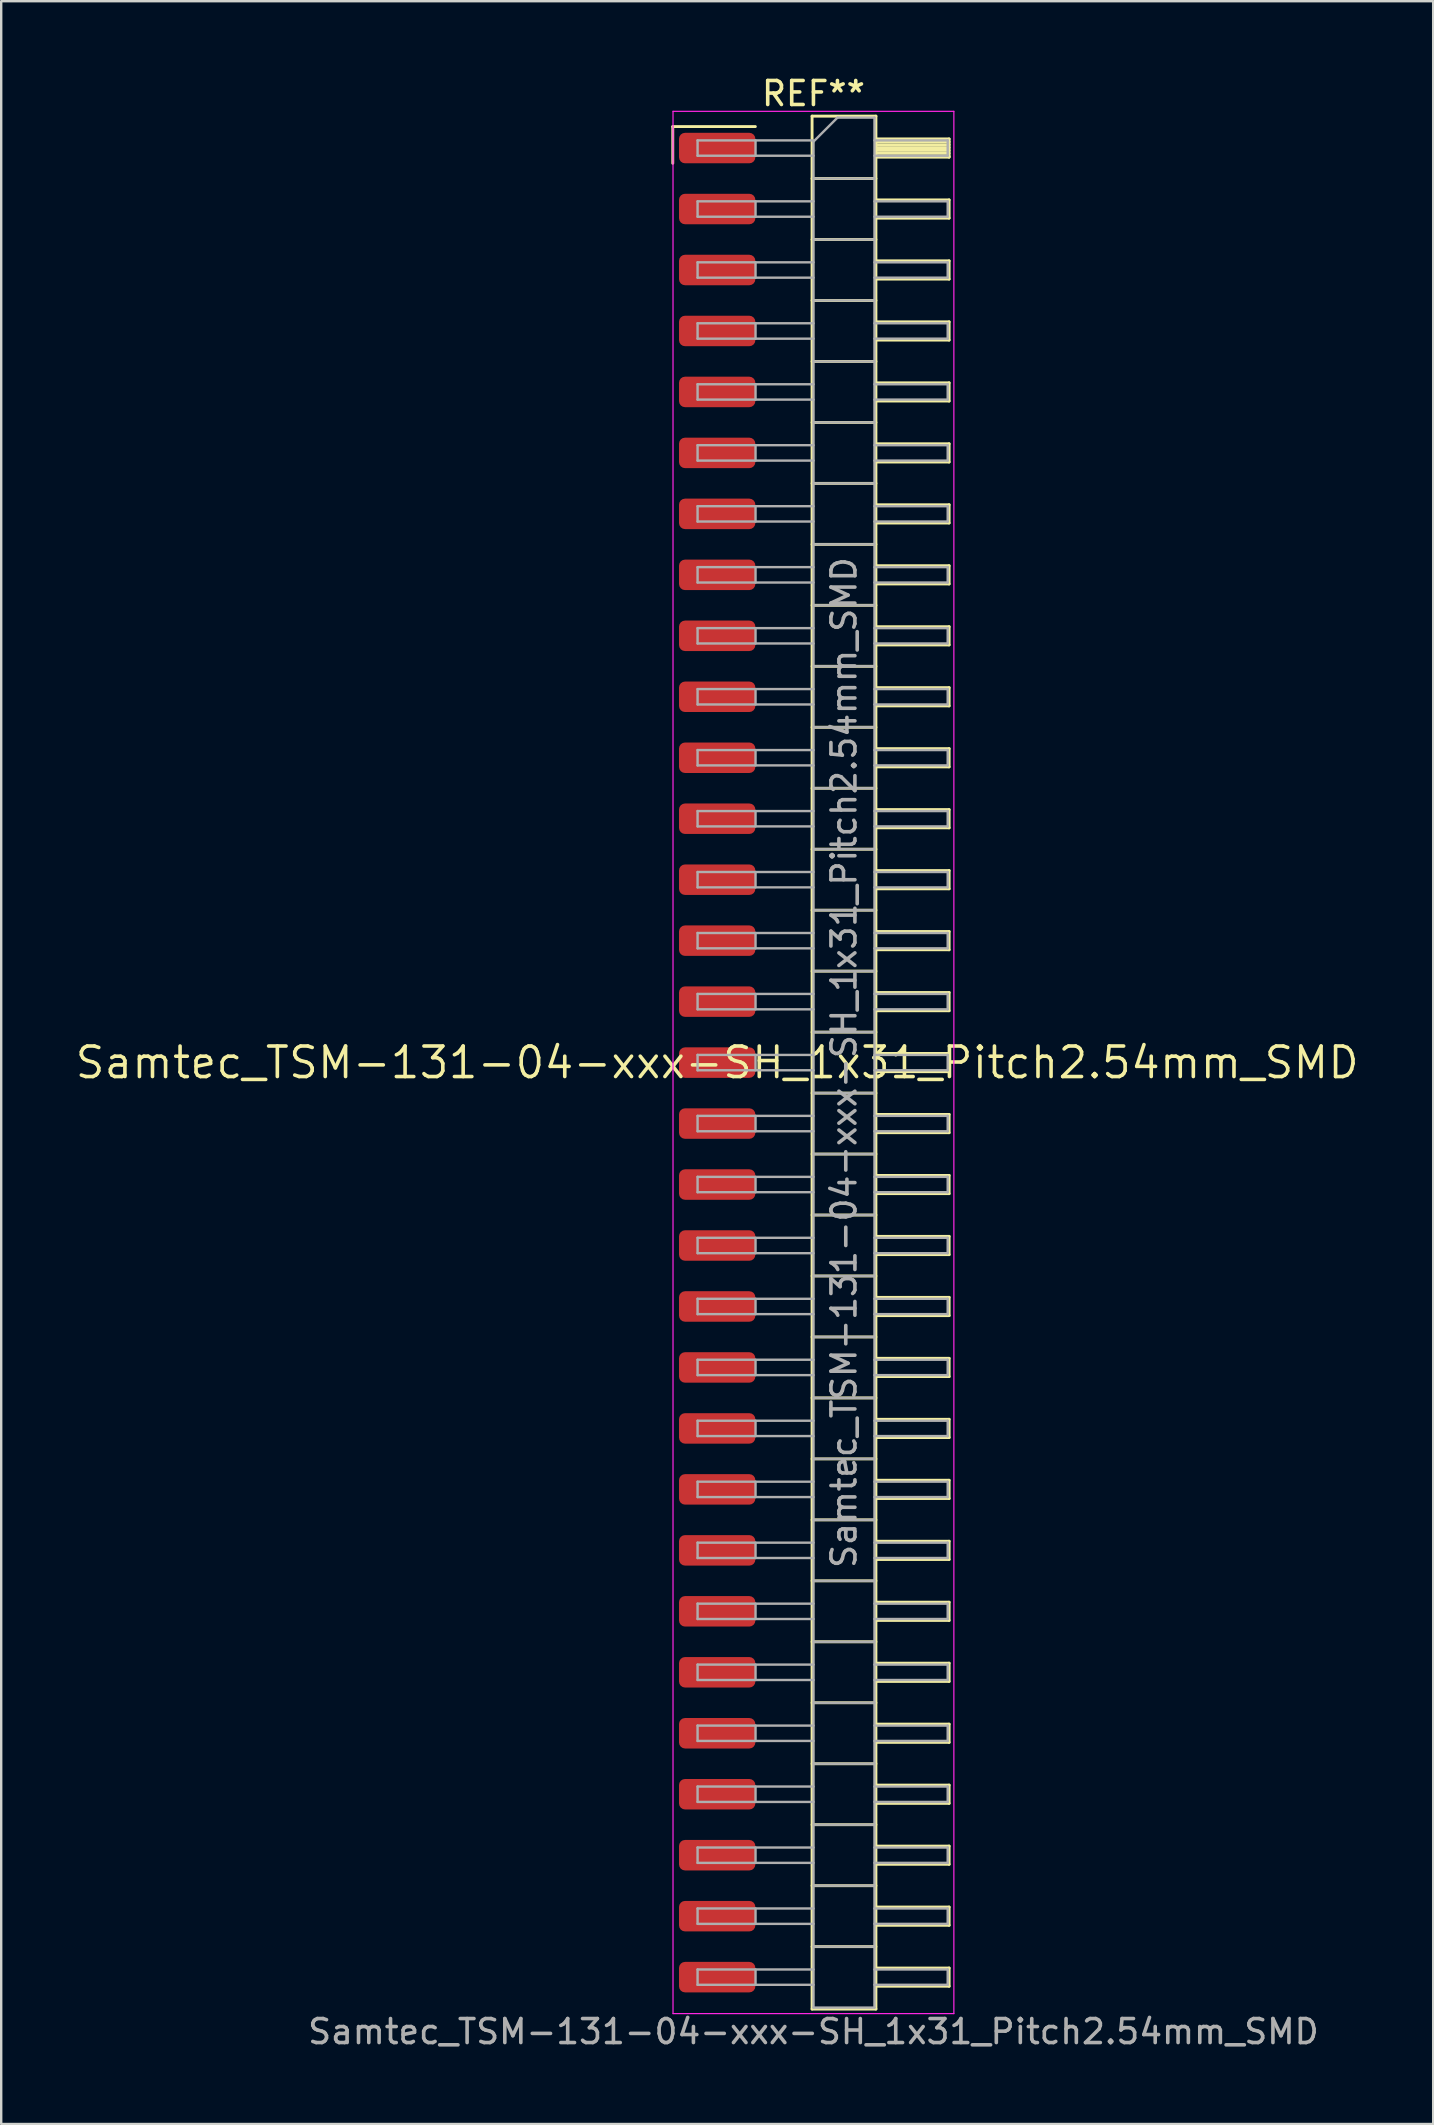
<source format=kicad_pcb>
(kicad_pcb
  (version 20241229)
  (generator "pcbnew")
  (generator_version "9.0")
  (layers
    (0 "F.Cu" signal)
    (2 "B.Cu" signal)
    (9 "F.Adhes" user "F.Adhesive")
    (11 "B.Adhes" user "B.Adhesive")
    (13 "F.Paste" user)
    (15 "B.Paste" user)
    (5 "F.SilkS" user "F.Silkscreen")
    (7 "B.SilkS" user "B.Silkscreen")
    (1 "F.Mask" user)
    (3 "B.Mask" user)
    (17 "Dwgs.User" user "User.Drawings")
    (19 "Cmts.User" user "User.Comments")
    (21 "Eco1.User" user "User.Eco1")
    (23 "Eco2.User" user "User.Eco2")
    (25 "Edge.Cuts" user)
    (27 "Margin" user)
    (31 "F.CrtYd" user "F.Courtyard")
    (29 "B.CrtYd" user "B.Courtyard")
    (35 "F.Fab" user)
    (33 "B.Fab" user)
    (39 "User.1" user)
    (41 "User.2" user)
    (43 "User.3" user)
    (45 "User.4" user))
  (footprint "Samtec_TSM-131-04-xxx-SH_1x31_Pitch2.54mm_SMD"
    (layer "F.Cu")
    (at 26.828 41.218)
    (property "Reference" "Samtec_TSM-131-04-xxx-SH_1x31_Pitch2.54mm_SMD" (at 0 0 0) (layer "F.SilkS") (effects (font (size 1.27 1.27) (thickness 0.15))))
    (attr smd)
    (fp_line (start -1.85 -38.995) (end 1.59 -38.995) (stroke (width 0.12) (type solid)) (layer "F.SilkS"))
    (fp_line (start -1.85 -37.465) (end -1.85 -38.995) (stroke (width 0.12) (type solid)) (layer "F.SilkS"))
    (fp_line (start 3.953 -39.43) (end 6.613 -39.43) (stroke (width 0.12) (type solid)) (layer "F.SilkS"))
    (fp_line (start 3.953 -36.83) (end 6.613 -36.83) (stroke (width 0.12) (type solid)) (layer "F.SilkS"))
    (fp_line (start 3.953 -34.29) (end 6.613 -34.29) (stroke (width 0.12) (type solid)) (layer "F.SilkS"))
    (fp_line (start 3.953 -31.75) (end 6.613 -31.75) (stroke (width 0.12) (type solid)) (layer "F.SilkS"))
    (fp_line (start 3.953 -29.21) (end 6.613 -29.21) (stroke (width 0.12) (type solid)) (layer "F.SilkS"))
    (fp_line (start 3.953 -26.67) (end 6.613 -26.67) (stroke (width 0.12) (type solid)) (layer "F.SilkS"))
    (fp_line (start 3.953 -24.13) (end 6.613 -24.13) (stroke (width 0.12) (type solid)) (layer "F.SilkS"))
    (fp_line (start 3.953 -21.59) (end 6.613 -21.59) (stroke (width 0.12) (type solid)) (layer "F.SilkS"))
    (fp_line (start 3.953 -19.05) (end 6.613 -19.05) (stroke (width 0.12) (type solid)) (layer "F.SilkS"))
    (fp_line (start 3.953 -16.51) (end 6.613 -16.51) (stroke (width 0.12) (type solid)) (layer "F.SilkS"))
    (fp_line (start 3.953 -13.97) (end 6.613 -13.97) (stroke (width 0.12) (type solid)) (layer "F.SilkS"))
    (fp_line (start 3.953 -11.43) (end 6.613 -11.43) (stroke (width 0.12) (type solid)) (layer "F.SilkS"))
    (fp_line (start 3.953 -8.89) (end 6.613 -8.89) (stroke (width 0.12) (type solid)) (layer "F.SilkS"))
    (fp_line (start 3.953 -6.35) (end 6.613 -6.35) (stroke (width 0.12) (type solid)) (layer "F.SilkS"))
    (fp_line (start 3.953 -3.81) (end 6.613 -3.81) (stroke (width 0.12) (type solid)) (layer "F.SilkS"))
    (fp_line (start 3.953 -1.27) (end 6.613 -1.27) (stroke (width 0.12) (type solid)) (layer "F.SilkS"))
    (fp_line (start 3.953 1.27) (end 6.613 1.27) (stroke (width 0.12) (type solid)) (layer "F.SilkS"))
    (fp_line (start 3.953 3.81) (end 6.613 3.81) (stroke (width 0.12) (type solid)) (layer "F.SilkS"))
    (fp_line (start 3.953 6.35) (end 6.613 6.35) (stroke (width 0.12) (type solid)) (layer "F.SilkS"))
    (fp_line (start 3.953 8.89) (end 6.613 8.89) (stroke (width 0.12) (type solid)) (layer "F.SilkS"))
    (fp_line (start 3.953 11.43) (end 6.613 11.43) (stroke (width 0.12) (type solid)) (layer "F.SilkS"))
    (fp_line (start 3.953 13.97) (end 6.613 13.97) (stroke (width 0.12) (type solid)) (layer "F.SilkS"))
    (fp_line (start 3.953 16.51) (end 6.613 16.51) (stroke (width 0.12) (type solid)) (layer "F.SilkS"))
    (fp_line (start 3.953 19.05) (end 6.613 19.05) (stroke (width 0.12) (type solid)) (layer "F.SilkS"))
    (fp_line (start 3.953 21.59) (end 6.613 21.59) (stroke (width 0.12) (type solid)) (layer "F.SilkS"))
    (fp_line (start 3.953 24.13) (end 6.613 24.13) (stroke (width 0.12) (type solid)) (layer "F.SilkS"))
    (fp_line (start 3.953 26.67) (end 6.613 26.67) (stroke (width 0.12) (type solid)) (layer "F.SilkS"))
    (fp_line (start 3.953 29.21) (end 6.613 29.21) (stroke (width 0.12) (type solid)) (layer "F.SilkS"))
    (fp_line (start 3.953 31.75) (end 6.613 31.75) (stroke (width 0.12) (type solid)) (layer "F.SilkS"))
    (fp_line (start 3.953 34.29) (end 6.613 34.29) (stroke (width 0.12) (type solid)) (layer "F.SilkS"))
    (fp_line (start 3.953 36.83) (end 6.613 36.83) (stroke (width 0.12) (type solid)) (layer "F.SilkS"))
    (fp_line (start 3.953 39.43) (end 3.953 -39.43) (stroke (width 0.12) (type solid)) (layer "F.SilkS"))
    (fp_line (start 6.613 -39.43) (end 6.613 39.43) (stroke (width 0.12) (type solid)) (layer "F.SilkS"))
    (fp_line (start 6.613 -38.48) (end 9.663 -38.48) (stroke (width 0.12) (type solid)) (layer "F.SilkS"))
    (fp_line (start 6.613 -38.36) (end 9.663 -38.36) (stroke (width 0.12) (type solid)) (layer "F.SilkS"))
    (fp_line (start 6.613 -38.24) (end 9.663 -38.24) (stroke (width 0.12) (type solid)) (layer "F.SilkS"))
    (fp_line (start 6.613 -38.12) (end 9.663 -38.12) (stroke (width 0.12) (type solid)) (layer "F.SilkS"))
    (fp_line (start 6.613 -38) (end 9.663 -38) (stroke (width 0.12) (type solid)) (layer "F.SilkS"))
    (fp_line (start 6.613 -37.88) (end 9.663 -37.88) (stroke (width 0.12) (type solid)) (layer "F.SilkS"))
    (fp_line (start 6.613 -37.76) (end 9.663 -37.76) (stroke (width 0.12) (type solid)) (layer "F.SilkS"))
    (fp_line (start 6.613 -37.72) (end 9.663 -37.72) (stroke (width 0.12) (type solid)) (layer "F.SilkS"))
    (fp_line (start 6.613 -35.94) (end 9.663 -35.94) (stroke (width 0.12) (type solid)) (layer "F.SilkS"))
    (fp_line (start 6.613 -35.18) (end 9.663 -35.18) (stroke (width 0.12) (type solid)) (layer "F.SilkS"))
    (fp_line (start 6.613 -33.4) (end 9.663 -33.4) (stroke (width 0.12) (type solid)) (layer "F.SilkS"))
    (fp_line (start 6.613 -32.64) (end 9.663 -32.64) (stroke (width 0.12) (type solid)) (layer "F.SilkS"))
    (fp_line (start 6.613 -30.86) (end 9.663 -30.86) (stroke (width 0.12) (type solid)) (layer "F.SilkS"))
    (fp_line (start 6.613 -30.1) (end 9.663 -30.1) (stroke (width 0.12) (type solid)) (layer "F.SilkS"))
    (fp_line (start 6.613 -28.32) (end 9.663 -28.32) (stroke (width 0.12) (type solid)) (layer "F.SilkS"))
    (fp_line (start 6.613 -27.56) (end 9.663 -27.56) (stroke (width 0.12) (type solid)) (layer "F.SilkS"))
    (fp_line (start 6.613 -25.78) (end 9.663 -25.78) (stroke (width 0.12) (type solid)) (layer "F.SilkS"))
    (fp_line (start 6.613 -25.02) (end 9.663 -25.02) (stroke (width 0.12) (type solid)) (layer "F.SilkS"))
    (fp_line (start 6.613 -23.24) (end 9.663 -23.24) (stroke (width 0.12) (type solid)) (layer "F.SilkS"))
    (fp_line (start 6.613 -22.48) (end 9.663 -22.48) (stroke (width 0.12) (type solid)) (layer "F.SilkS"))
    (fp_line (start 6.613 -20.7) (end 9.663 -20.7) (stroke (width 0.12) (type solid)) (layer "F.SilkS"))
    (fp_line (start 6.613 -19.94) (end 9.663 -19.94) (stroke (width 0.12) (type solid)) (layer "F.SilkS"))
    (fp_line (start 6.613 -18.16) (end 9.663 -18.16) (stroke (width 0.12) (type solid)) (layer "F.SilkS"))
    (fp_line (start 6.613 -17.4) (end 9.663 -17.4) (stroke (width 0.12) (type solid)) (layer "F.SilkS"))
    (fp_line (start 6.613 -15.62) (end 9.663 -15.62) (stroke (width 0.12) (type solid)) (layer "F.SilkS"))
    (fp_line (start 6.613 -14.86) (end 9.663 -14.86) (stroke (width 0.12) (type solid)) (layer "F.SilkS"))
    (fp_line (start 6.613 -13.08) (end 9.663 -13.08) (stroke (width 0.12) (type solid)) (layer "F.SilkS"))
    (fp_line (start 6.613 -12.32) (end 9.663 -12.32) (stroke (width 0.12) (type solid)) (layer "F.SilkS"))
    (fp_line (start 6.613 -10.54) (end 9.663 -10.54) (stroke (width 0.12) (type solid)) (layer "F.SilkS"))
    (fp_line (start 6.613 -9.78) (end 9.663 -9.78) (stroke (width 0.12) (type solid)) (layer "F.SilkS"))
    (fp_line (start 6.613 -8) (end 9.663 -8) (stroke (width 0.12) (type solid)) (layer "F.SilkS"))
    (fp_line (start 6.613 -7.24) (end 9.663 -7.24) (stroke (width 0.12) (type solid)) (layer "F.SilkS"))
    (fp_line (start 6.613 -5.46) (end 9.663 -5.46) (stroke (width 0.12) (type solid)) (layer "F.SilkS"))
    (fp_line (start 6.613 -4.7) (end 9.663 -4.7) (stroke (width 0.12) (type solid)) (layer "F.SilkS"))
    (fp_line (start 6.613 -2.92) (end 9.663 -2.92) (stroke (width 0.12) (type solid)) (layer "F.SilkS"))
    (fp_line (start 6.613 -2.16) (end 9.663 -2.16) (stroke (width 0.12) (type solid)) (layer "F.SilkS"))
    (fp_line (start 6.613 -0.38) (end 9.663 -0.38) (stroke (width 0.12) (type solid)) (layer "F.SilkS"))
    (fp_line (start 6.613 0.38) (end 9.663 0.38) (stroke (width 0.12) (type solid)) (layer "F.SilkS"))
    (fp_line (start 6.613 2.16) (end 9.663 2.16) (stroke (width 0.12) (type solid)) (layer "F.SilkS"))
    (fp_line (start 6.613 2.92) (end 9.663 2.92) (stroke (width 0.12) (type solid)) (layer "F.SilkS"))
    (fp_line (start 6.613 4.7) (end 9.663 4.7) (stroke (width 0.12) (type solid)) (layer "F.SilkS"))
    (fp_line (start 6.613 5.46) (end 9.663 5.46) (stroke (width 0.12) (type solid)) (layer "F.SilkS"))
    (fp_line (start 6.613 7.24) (end 9.663 7.24) (stroke (width 0.12) (type solid)) (layer "F.SilkS"))
    (fp_line (start 6.613 8) (end 9.663 8) (stroke (width 0.12) (type solid)) (layer "F.SilkS"))
    (fp_line (start 6.613 9.78) (end 9.663 9.78) (stroke (width 0.12) (type solid)) (layer "F.SilkS"))
    (fp_line (start 6.613 10.54) (end 9.663 10.54) (stroke (width 0.12) (type solid)) (layer "F.SilkS"))
    (fp_line (start 6.613 12.32) (end 9.663 12.32) (stroke (width 0.12) (type solid)) (layer "F.SilkS"))
    (fp_line (start 6.613 13.08) (end 9.663 13.08) (stroke (width 0.12) (type solid)) (layer "F.SilkS"))
    (fp_line (start 6.613 14.86) (end 9.663 14.86) (stroke (width 0.12) (type solid)) (layer "F.SilkS"))
    (fp_line (start 6.613 15.62) (end 9.663 15.62) (stroke (width 0.12) (type solid)) (layer "F.SilkS"))
    (fp_line (start 6.613 17.4) (end 9.663 17.4) (stroke (width 0.12) (type solid)) (layer "F.SilkS"))
    (fp_line (start 6.613 18.16) (end 9.663 18.16) (stroke (width 0.12) (type solid)) (layer "F.SilkS"))
    (fp_line (start 6.613 19.94) (end 9.663 19.94) (stroke (width 0.12) (type solid)) (layer "F.SilkS"))
    (fp_line (start 6.613 20.7) (end 9.663 20.7) (stroke (width 0.12) (type solid)) (layer "F.SilkS"))
    (fp_line (start 6.613 22.48) (end 9.663 22.48) (stroke (width 0.12) (type solid)) (layer "F.SilkS"))
    (fp_line (start 6.613 23.24) (end 9.663 23.24) (stroke (width 0.12) (type solid)) (layer "F.SilkS"))
    (fp_line (start 6.613 25.02) (end 9.663 25.02) (stroke (width 0.12) (type solid)) (layer "F.SilkS"))
    (fp_line (start 6.613 25.78) (end 9.663 25.78) (stroke (width 0.12) (type solid)) (layer "F.SilkS"))
    (fp_line (start 6.613 27.56) (end 9.663 27.56) (stroke (width 0.12) (type solid)) (layer "F.SilkS"))
    (fp_line (start 6.613 28.32) (end 9.663 28.32) (stroke (width 0.12) (type solid)) (layer "F.SilkS"))
    (fp_line (start 6.613 30.1) (end 9.663 30.1) (stroke (width 0.12) (type solid)) (layer "F.SilkS"))
    (fp_line (start 6.613 30.86) (end 9.663 30.86) (stroke (width 0.12) (type solid)) (layer "F.SilkS"))
    (fp_line (start 6.613 32.64) (end 9.663 32.64) (stroke (width 0.12) (type solid)) (layer "F.SilkS"))
    (fp_line (start 6.613 33.4) (end 9.663 33.4) (stroke (width 0.12) (type solid)) (layer "F.SilkS"))
    (fp_line (start 6.613 35.18) (end 9.663 35.18) (stroke (width 0.12) (type solid)) (layer "F.SilkS"))
    (fp_line (start 6.613 35.94) (end 9.663 35.94) (stroke (width 0.12) (type solid)) (layer "F.SilkS"))
    (fp_line (start 6.613 37.72) (end 9.663 37.72) (stroke (width 0.12) (type solid)) (layer "F.SilkS"))
    (fp_line (start 6.613 38.48) (end 9.663 38.48) (stroke (width 0.12) (type solid)) (layer "F.SilkS"))
    (fp_line (start 6.613 39.43) (end 3.953 39.43) (stroke (width 0.12) (type solid)) (layer "F.SilkS"))
    (fp_line (start 9.663 -38.48) (end 9.663 -37.72) (stroke (width 0.12) (type solid)) (layer "F.SilkS"))
    (fp_line (start 9.663 -35.94) (end 9.663 -35.18) (stroke (width 0.12) (type solid)) (layer "F.SilkS"))
    (fp_line (start 9.663 -33.4) (end 9.663 -32.64) (stroke (width 0.12) (type solid)) (layer "F.SilkS"))
    (fp_line (start 9.663 -30.86) (end 9.663 -30.1) (stroke (width 0.12) (type solid)) (layer "F.SilkS"))
    (fp_line (start 9.663 -28.32) (end 9.663 -27.56) (stroke (width 0.12) (type solid)) (layer "F.SilkS"))
    (fp_line (start 9.663 -25.78) (end 9.663 -25.02) (stroke (width 0.12) (type solid)) (layer "F.SilkS"))
    (fp_line (start 9.663 -23.24) (end 9.663 -22.48) (stroke (width 0.12) (type solid)) (layer "F.SilkS"))
    (fp_line (start 9.663 -20.7) (end 9.663 -19.94) (stroke (width 0.12) (type solid)) (layer "F.SilkS"))
    (fp_line (start 9.663 -18.16) (end 9.663 -17.4) (stroke (width 0.12) (type solid)) (layer "F.SilkS"))
    (fp_line (start 9.663 -15.62) (end 9.663 -14.86) (stroke (width 0.12) (type solid)) (layer "F.SilkS"))
    (fp_line (start 9.663 -13.08) (end 9.663 -12.32) (stroke (width 0.12) (type solid)) (layer "F.SilkS"))
    (fp_line (start 9.663 -10.54) (end 9.663 -9.78) (stroke (width 0.12) (type solid)) (layer "F.SilkS"))
    (fp_line (start 9.663 -8) (end 9.663 -7.24) (stroke (width 0.12) (type solid)) (layer "F.SilkS"))
    (fp_line (start 9.663 -5.46) (end 9.663 -4.7) (stroke (width 0.12) (type solid)) (layer "F.SilkS"))
    (fp_line (start 9.663 -2.92) (end 9.663 -2.16) (stroke (width 0.12) (type solid)) (layer "F.SilkS"))
    (fp_line (start 9.663 -0.38) (end 9.663 0.38) (stroke (width 0.12) (type solid)) (layer "F.SilkS"))
    (fp_line (start 9.663 2.16) (end 9.663 2.92) (stroke (width 0.12) (type solid)) (layer "F.SilkS"))
    (fp_line (start 9.663 4.7) (end 9.663 5.46) (stroke (width 0.12) (type solid)) (layer "F.SilkS"))
    (fp_line (start 9.663 7.24) (end 9.663 8) (stroke (width 0.12) (type solid)) (layer "F.SilkS"))
    (fp_line (start 9.663 9.78) (end 9.663 10.54) (stroke (width 0.12) (type solid)) (layer "F.SilkS"))
    (fp_line (start 9.663 12.32) (end 9.663 13.08) (stroke (width 0.12) (type solid)) (layer "F.SilkS"))
    (fp_line (start 9.663 14.86) (end 9.663 15.62) (stroke (width 0.12) (type solid)) (layer "F.SilkS"))
    (fp_line (start 9.663 17.4) (end 9.663 18.16) (stroke (width 0.12) (type solid)) (layer "F.SilkS"))
    (fp_line (start 9.663 19.94) (end 9.663 20.7) (stroke (width 0.12) (type solid)) (layer "F.SilkS"))
    (fp_line (start 9.663 22.48) (end 9.663 23.24) (stroke (width 0.12) (type solid)) (layer "F.SilkS"))
    (fp_line (start 9.663 25.02) (end 9.663 25.78) (stroke (width 0.12) (type solid)) (layer "F.SilkS"))
    (fp_line (start 9.663 27.56) (end 9.663 28.32) (stroke (width 0.12) (type solid)) (layer "F.SilkS"))
    (fp_line (start 9.663 30.1) (end 9.663 30.86) (stroke (width 0.12) (type solid)) (layer "F.SilkS"))
    (fp_line (start 9.663 32.64) (end 9.663 33.4) (stroke (width 0.12) (type solid)) (layer "F.SilkS"))
    (fp_line (start 9.663 35.18) (end 9.663 35.94) (stroke (width 0.12) (type solid)) (layer "F.SilkS"))
    (fp_line (start 9.663 37.72) (end 9.663 38.48) (stroke (width 0.12) (type solid)) (layer "F.SilkS"))
    (fp_line (start -1.84 -39.63) (end 9.86 -39.63) (stroke (width 0.05) (type solid)) (layer "F.CrtYd"))
    (fp_line (start -1.84 39.62) (end -1.84 -39.63) (stroke (width 0.05) (type solid)) (layer "F.CrtYd"))
    (fp_line (start 9.86 -39.63) (end 9.86 39.62) (stroke (width 0.05) (type solid)) (layer "F.CrtYd"))
    (fp_line (start 9.86 39.62) (end -1.84 39.62) (stroke (width 0.05) (type solid)) (layer "F.CrtYd"))
    (fp_line (start -0.817 -38.42) (end -0.817 -37.78) (stroke (width 0.1) (type solid)) (layer "F.Fab"))
    (fp_line (start -0.817 -38.42) (end 4.013 -38.42) (stroke (width 0.1) (type solid)) (layer "F.Fab"))
    (fp_line (start -0.817 -37.78) (end 4.013 -37.78) (stroke (width 0.1) (type solid)) (layer "F.Fab"))
    (fp_line (start -0.817 -35.88) (end -0.817 -35.24) (stroke (width 0.1) (type solid)) (layer "F.Fab"))
    (fp_line (start -0.817 -35.88) (end 4.013 -35.88) (stroke (width 0.1) (type solid)) (layer "F.Fab"))
    (fp_line (start -0.817 -35.24) (end 4.013 -35.24) (stroke (width 0.1) (type solid)) (layer "F.Fab"))
    (fp_line (start -0.817 -33.34) (end -0.817 -32.7) (stroke (width 0.1) (type solid)) (layer "F.Fab"))
    (fp_line (start -0.817 -33.34) (end 4.013 -33.34) (stroke (width 0.1) (type solid)) (layer "F.Fab"))
    (fp_line (start -0.817 -32.7) (end 4.013 -32.7) (stroke (width 0.1) (type solid)) (layer "F.Fab"))
    (fp_line (start -0.817 -30.8) (end -0.817 -30.16) (stroke (width 0.1) (type solid)) (layer "F.Fab"))
    (fp_line (start -0.817 -30.8) (end 4.013 -30.8) (stroke (width 0.1) (type solid)) (layer "F.Fab"))
    (fp_line (start -0.817 -30.16) (end 4.013 -30.16) (stroke (width 0.1) (type solid)) (layer "F.Fab"))
    (fp_line (start -0.817 -28.26) (end -0.817 -27.62) (stroke (width 0.1) (type solid)) (layer "F.Fab"))
    (fp_line (start -0.817 -28.26) (end 4.013 -28.26) (stroke (width 0.1) (type solid)) (layer "F.Fab"))
    (fp_line (start -0.817 -27.62) (end 4.013 -27.62) (stroke (width 0.1) (type solid)) (layer "F.Fab"))
    (fp_line (start -0.817 -25.72) (end -0.817 -25.08) (stroke (width 0.1) (type solid)) (layer "F.Fab"))
    (fp_line (start -0.817 -25.72) (end 4.013 -25.72) (stroke (width 0.1) (type solid)) (layer "F.Fab"))
    (fp_line (start -0.817 -25.08) (end 4.013 -25.08) (stroke (width 0.1) (type solid)) (layer "F.Fab"))
    (fp_line (start -0.817 -23.18) (end -0.817 -22.54) (stroke (width 0.1) (type solid)) (layer "F.Fab"))
    (fp_line (start -0.817 -23.18) (end 4.013 -23.18) (stroke (width 0.1) (type solid)) (layer "F.Fab"))
    (fp_line (start -0.817 -22.54) (end 4.013 -22.54) (stroke (width 0.1) (type solid)) (layer "F.Fab"))
    (fp_line (start -0.817 -20.64) (end -0.817 -20) (stroke (width 0.1) (type solid)) (layer "F.Fab"))
    (fp_line (start -0.817 -20.64) (end 4.013 -20.64) (stroke (width 0.1) (type solid)) (layer "F.Fab"))
    (fp_line (start -0.817 -20) (end 4.013 -20) (stroke (width 0.1) (type solid)) (layer "F.Fab"))
    (fp_line (start -0.817 -18.1) (end -0.817 -17.46) (stroke (width 0.1) (type solid)) (layer "F.Fab"))
    (fp_line (start -0.817 -18.1) (end 4.013 -18.1) (stroke (width 0.1) (type solid)) (layer "F.Fab"))
    (fp_line (start -0.817 -17.46) (end 4.013 -17.46) (stroke (width 0.1) (type solid)) (layer "F.Fab"))
    (fp_line (start -0.817 -15.56) (end -0.817 -14.92) (stroke (width 0.1) (type solid)) (layer "F.Fab"))
    (fp_line (start -0.817 -15.56) (end 4.013 -15.56) (stroke (width 0.1) (type solid)) (layer "F.Fab"))
    (fp_line (start -0.817 -14.92) (end 4.013 -14.92) (stroke (width 0.1) (type solid)) (layer "F.Fab"))
    (fp_line (start -0.817 -13.02) (end -0.817 -12.38) (stroke (width 0.1) (type solid)) (layer "F.Fab"))
    (fp_line (start -0.817 -13.02) (end 4.013 -13.02) (stroke (width 0.1) (type solid)) (layer "F.Fab"))
    (fp_line (start -0.817 -12.38) (end 4.013 -12.38) (stroke (width 0.1) (type solid)) (layer "F.Fab"))
    (fp_line (start -0.817 -10.48) (end -0.817 -9.84) (stroke (width 0.1) (type solid)) (layer "F.Fab"))
    (fp_line (start -0.817 -10.48) (end 4.013 -10.48) (stroke (width 0.1) (type solid)) (layer "F.Fab"))
    (fp_line (start -0.817 -9.84) (end 4.013 -9.84) (stroke (width 0.1) (type solid)) (layer "F.Fab"))
    (fp_line (start -0.817 -7.94) (end -0.817 -7.3) (stroke (width 0.1) (type solid)) (layer "F.Fab"))
    (fp_line (start -0.817 -7.94) (end 4.013 -7.94) (stroke (width 0.1) (type solid)) (layer "F.Fab"))
    (fp_line (start -0.817 -7.3) (end 4.013 -7.3) (stroke (width 0.1) (type solid)) (layer "F.Fab"))
    (fp_line (start -0.817 -5.4) (end -0.817 -4.76) (stroke (width 0.1) (type solid)) (layer "F.Fab"))
    (fp_line (start -0.817 -5.4) (end 4.013 -5.4) (stroke (width 0.1) (type solid)) (layer "F.Fab"))
    (fp_line (start -0.817 -4.76) (end 4.013 -4.76) (stroke (width 0.1) (type solid)) (layer "F.Fab"))
    (fp_line (start -0.817 -2.86) (end -0.817 -2.22) (stroke (width 0.1) (type solid)) (layer "F.Fab"))
    (fp_line (start -0.817 -2.86) (end 4.013 -2.86) (stroke (width 0.1) (type solid)) (layer "F.Fab"))
    (fp_line (start -0.817 -2.22) (end 4.013 -2.22) (stroke (width 0.1) (type solid)) (layer "F.Fab"))
    (fp_line (start -0.817 -0.32) (end -0.817 0.32) (stroke (width 0.1) (type solid)) (layer "F.Fab"))
    (fp_line (start -0.817 -0.32) (end 4.013 -0.32) (stroke (width 0.1) (type solid)) (layer "F.Fab"))
    (fp_line (start -0.817 0.32) (end 4.013 0.32) (stroke (width 0.1) (type solid)) (layer "F.Fab"))
    (fp_line (start -0.817 2.22) (end -0.817 2.86) (stroke (width 0.1) (type solid)) (layer "F.Fab"))
    (fp_line (start -0.817 2.22) (end 4.013 2.22) (stroke (width 0.1) (type solid)) (layer "F.Fab"))
    (fp_line (start -0.817 2.86) (end 4.013 2.86) (stroke (width 0.1) (type solid)) (layer "F.Fab"))
    (fp_line (start -0.817 4.76) (end -0.817 5.4) (stroke (width 0.1) (type solid)) (layer "F.Fab"))
    (fp_line (start -0.817 4.76) (end 4.013 4.76) (stroke (width 0.1) (type solid)) (layer "F.Fab"))
    (fp_line (start -0.817 5.4) (end 4.013 5.4) (stroke (width 0.1) (type solid)) (layer "F.Fab"))
    (fp_line (start -0.817 7.3) (end -0.817 7.94) (stroke (width 0.1) (type solid)) (layer "F.Fab"))
    (fp_line (start -0.817 7.3) (end 4.013 7.3) (stroke (width 0.1) (type solid)) (layer "F.Fab"))
    (fp_line (start -0.817 7.94) (end 4.013 7.94) (stroke (width 0.1) (type solid)) (layer "F.Fab"))
    (fp_line (start -0.817 9.84) (end -0.817 10.48) (stroke (width 0.1) (type solid)) (layer "F.Fab"))
    (fp_line (start -0.817 9.84) (end 4.013 9.84) (stroke (width 0.1) (type solid)) (layer "F.Fab"))
    (fp_line (start -0.817 10.48) (end 4.013 10.48) (stroke (width 0.1) (type solid)) (layer "F.Fab"))
    (fp_line (start -0.817 12.38) (end -0.817 13.02) (stroke (width 0.1) (type solid)) (layer "F.Fab"))
    (fp_line (start -0.817 12.38) (end 4.013 12.38) (stroke (width 0.1) (type solid)) (layer "F.Fab"))
    (fp_line (start -0.817 13.02) (end 4.013 13.02) (stroke (width 0.1) (type solid)) (layer "F.Fab"))
    (fp_line (start -0.817 14.92) (end -0.817 15.56) (stroke (width 0.1) (type solid)) (layer "F.Fab"))
    (fp_line (start -0.817 14.92) (end 4.013 14.92) (stroke (width 0.1) (type solid)) (layer "F.Fab"))
    (fp_line (start -0.817 15.56) (end 4.013 15.56) (stroke (width 0.1) (type solid)) (layer "F.Fab"))
    (fp_line (start -0.817 17.46) (end -0.817 18.1) (stroke (width 0.1) (type solid)) (layer "F.Fab"))
    (fp_line (start -0.817 17.46) (end 4.013 17.46) (stroke (width 0.1) (type solid)) (layer "F.Fab"))
    (fp_line (start -0.817 18.1) (end 4.013 18.1) (stroke (width 0.1) (type solid)) (layer "F.Fab"))
    (fp_line (start -0.817 20) (end -0.817 20.64) (stroke (width 0.1) (type solid)) (layer "F.Fab"))
    (fp_line (start -0.817 20) (end 4.013 20) (stroke (width 0.1) (type solid)) (layer "F.Fab"))
    (fp_line (start -0.817 20.64) (end 4.013 20.64) (stroke (width 0.1) (type solid)) (layer "F.Fab"))
    (fp_line (start -0.817 22.54) (end -0.817 23.18) (stroke (width 0.1) (type solid)) (layer "F.Fab"))
    (fp_line (start -0.817 22.54) (end 4.013 22.54) (stroke (width 0.1) (type solid)) (layer "F.Fab"))
    (fp_line (start -0.817 23.18) (end 4.013 23.18) (stroke (width 0.1) (type solid)) (layer "F.Fab"))
    (fp_line (start -0.817 25.08) (end -0.817 25.72) (stroke (width 0.1) (type solid)) (layer "F.Fab"))
    (fp_line (start -0.817 25.08) (end 4.013 25.08) (stroke (width 0.1) (type solid)) (layer "F.Fab"))
    (fp_line (start -0.817 25.72) (end 4.013 25.72) (stroke (width 0.1) (type solid)) (layer "F.Fab"))
    (fp_line (start -0.817 27.62) (end -0.817 28.26) (stroke (width 0.1) (type solid)) (layer "F.Fab"))
    (fp_line (start -0.817 27.62) (end 4.013 27.62) (stroke (width 0.1) (type solid)) (layer "F.Fab"))
    (fp_line (start -0.817 28.26) (end 4.013 28.26) (stroke (width 0.1) (type solid)) (layer "F.Fab"))
    (fp_line (start -0.817 30.16) (end -0.817 30.8) (stroke (width 0.1) (type solid)) (layer "F.Fab"))
    (fp_line (start -0.817 30.16) (end 4.013 30.16) (stroke (width 0.1) (type solid)) (layer "F.Fab"))
    (fp_line (start -0.817 30.8) (end 4.013 30.8) (stroke (width 0.1) (type solid)) (layer "F.Fab"))
    (fp_line (start -0.817 32.7) (end -0.817 33.34) (stroke (width 0.1) (type solid)) (layer "F.Fab"))
    (fp_line (start -0.817 32.7) (end 4.013 32.7) (stroke (width 0.1) (type solid)) (layer "F.Fab"))
    (fp_line (start -0.817 33.34) (end 4.013 33.34) (stroke (width 0.1) (type solid)) (layer "F.Fab"))
    (fp_line (start -0.817 35.24) (end -0.817 35.88) (stroke (width 0.1) (type solid)) (layer "F.Fab"))
    (fp_line (start -0.817 35.24) (end 4.013 35.24) (stroke (width 0.1) (type solid)) (layer "F.Fab"))
    (fp_line (start -0.817 35.88) (end 4.013 35.88) (stroke (width 0.1) (type solid)) (layer "F.Fab"))
    (fp_line (start -0.817 37.78) (end -0.817 38.42) (stroke (width 0.1) (type solid)) (layer "F.Fab"))
    (fp_line (start -0.817 37.78) (end 4.013 37.78) (stroke (width 0.1) (type solid)) (layer "F.Fab"))
    (fp_line (start -0.817 38.42) (end 4.013 38.42) (stroke (width 0.1) (type solid)) (layer "F.Fab"))
    (fp_line (start 1.598 -38.42) (end 1.598 -37.78) (stroke (width 0.1) (type solid)) (layer "F.Fab"))
    (fp_line (start 1.598 -35.88) (end 1.598 -35.24) (stroke (width 0.1) (type solid)) (layer "F.Fab"))
    (fp_line (start 1.598 -33.34) (end 1.598 -32.7) (stroke (width 0.1) (type solid)) (layer "F.Fab"))
    (fp_line (start 1.598 -30.8) (end 1.598 -30.16) (stroke (width 0.1) (type solid)) (layer "F.Fab"))
    (fp_line (start 1.598 -28.26) (end 1.598 -27.62) (stroke (width 0.1) (type solid)) (layer "F.Fab"))
    (fp_line (start 1.598 -25.72) (end 1.598 -25.08) (stroke (width 0.1) (type solid)) (layer "F.Fab"))
    (fp_line (start 1.598 -23.18) (end 1.598 -22.54) (stroke (width 0.1) (type solid)) (layer "F.Fab"))
    (fp_line (start 1.598 -20.64) (end 1.598 -20) (stroke (width 0.1) (type solid)) (layer "F.Fab"))
    (fp_line (start 1.598 -18.1) (end 1.598 -17.46) (stroke (width 0.1) (type solid)) (layer "F.Fab"))
    (fp_line (start 1.598 -15.56) (end 1.598 -14.92) (stroke (width 0.1) (type solid)) (layer "F.Fab"))
    (fp_line (start 1.598 -13.02) (end 1.598 -12.38) (stroke (width 0.1) (type solid)) (layer "F.Fab"))
    (fp_line (start 1.598 -10.48) (end 1.598 -9.84) (stroke (width 0.1) (type solid)) (layer "F.Fab"))
    (fp_line (start 1.598 -7.94) (end 1.598 -7.3) (stroke (width 0.1) (type solid)) (layer "F.Fab"))
    (fp_line (start 1.598 -5.4) (end 1.598 -4.76) (stroke (width 0.1) (type solid)) (layer "F.Fab"))
    (fp_line (start 1.598 -2.86) (end 1.598 -2.22) (stroke (width 0.1) (type solid)) (layer "F.Fab"))
    (fp_line (start 1.598 -0.32) (end 1.598 0.32) (stroke (width 0.1) (type solid)) (layer "F.Fab"))
    (fp_line (start 1.598 2.22) (end 1.598 2.86) (stroke (width 0.1) (type solid)) (layer "F.Fab"))
    (fp_line (start 1.598 4.76) (end 1.598 5.4) (stroke (width 0.1) (type solid)) (layer "F.Fab"))
    (fp_line (start 1.598 7.3) (end 1.598 7.94) (stroke (width 0.1) (type solid)) (layer "F.Fab"))
    (fp_line (start 1.598 9.84) (end 1.598 10.48) (stroke (width 0.1) (type solid)) (layer "F.Fab"))
    (fp_line (start 1.598 12.38) (end 1.598 13.02) (stroke (width 0.1) (type solid)) (layer "F.Fab"))
    (fp_line (start 1.598 14.92) (end 1.598 15.56) (stroke (width 0.1) (type solid)) (layer "F.Fab"))
    (fp_line (start 1.598 17.46) (end 1.598 18.1) (stroke (width 0.1) (type solid)) (layer "F.Fab"))
    (fp_line (start 1.598 20) (end 1.598 20.64) (stroke (width 0.1) (type solid)) (layer "F.Fab"))
    (fp_line (start 1.598 22.54) (end 1.598 23.18) (stroke (width 0.1) (type solid)) (layer "F.Fab"))
    (fp_line (start 1.598 25.08) (end 1.598 25.72) (stroke (width 0.1) (type solid)) (layer "F.Fab"))
    (fp_line (start 1.598 27.62) (end 1.598 28.26) (stroke (width 0.1) (type solid)) (layer "F.Fab"))
    (fp_line (start 1.598 30.16) (end 1.598 30.8) (stroke (width 0.1) (type solid)) (layer "F.Fab"))
    (fp_line (start 1.598 32.7) (end 1.598 33.34) (stroke (width 0.1) (type solid)) (layer "F.Fab"))
    (fp_line (start 1.598 35.24) (end 1.598 35.88) (stroke (width 0.1) (type solid)) (layer "F.Fab"))
    (fp_line (start 1.598 37.78) (end 1.598 38.42) (stroke (width 0.1) (type solid)) (layer "F.Fab"))
    (fp_line (start 4.013 -38.37) (end 5.013 -39.37) (stroke (width 0.1) (type solid)) (layer "F.Fab"))
    (fp_line (start 4.013 -36.83) (end 6.553 -36.83) (stroke (width 0.1) (type solid)) (layer "F.Fab"))
    (fp_line (start 4.013 -34.29) (end 6.553 -34.29) (stroke (width 0.1) (type solid)) (layer "F.Fab"))
    (fp_line (start 4.013 -31.75) (end 6.553 -31.75) (stroke (width 0.1) (type solid)) (layer "F.Fab"))
    (fp_line (start 4.013 -29.21) (end 6.553 -29.21) (stroke (width 0.1) (type solid)) (layer "F.Fab"))
    (fp_line (start 4.013 -26.67) (end 6.553 -26.67) (stroke (width 0.1) (type solid)) (layer "F.Fab"))
    (fp_line (start 4.013 -24.13) (end 6.553 -24.13) (stroke (width 0.1) (type solid)) (layer "F.Fab"))
    (fp_line (start 4.013 -21.59) (end 6.553 -21.59) (stroke (width 0.1) (type solid)) (layer "F.Fab"))
    (fp_line (start 4.013 -19.05) (end 6.553 -19.05) (stroke (width 0.1) (type solid)) (layer "F.Fab"))
    (fp_line (start 4.013 -16.51) (end 6.553 -16.51) (stroke (width 0.1) (type solid)) (layer "F.Fab"))
    (fp_line (start 4.013 -13.97) (end 6.553 -13.97) (stroke (width 0.1) (type solid)) (layer "F.Fab"))
    (fp_line (start 4.013 -11.43) (end 6.553 -11.43) (stroke (width 0.1) (type solid)) (layer "F.Fab"))
    (fp_line (start 4.013 -8.89) (end 6.553 -8.89) (stroke (width 0.1) (type solid)) (layer "F.Fab"))
    (fp_line (start 4.013 -6.35) (end 6.553 -6.35) (stroke (width 0.1) (type solid)) (layer "F.Fab"))
    (fp_line (start 4.013 -3.81) (end 6.553 -3.81) (stroke (width 0.1) (type solid)) (layer "F.Fab"))
    (fp_line (start 4.013 -1.27) (end 6.553 -1.27) (stroke (width 0.1) (type solid)) (layer "F.Fab"))
    (fp_line (start 4.013 1.27) (end 6.553 1.27) (stroke (width 0.1) (type solid)) (layer "F.Fab"))
    (fp_line (start 4.013 3.81) (end 6.553 3.81) (stroke (width 0.1) (type solid)) (layer "F.Fab"))
    (fp_line (start 4.013 6.35) (end 6.553 6.35) (stroke (width 0.1) (type solid)) (layer "F.Fab"))
    (fp_line (start 4.013 8.89) (end 6.553 8.89) (stroke (width 0.1) (type solid)) (layer "F.Fab"))
    (fp_line (start 4.013 11.43) (end 6.553 11.43) (stroke (width 0.1) (type solid)) (layer "F.Fab"))
    (fp_line (start 4.013 13.97) (end 6.553 13.97) (stroke (width 0.1) (type solid)) (layer "F.Fab"))
    (fp_line (start 4.013 16.51) (end 6.553 16.51) (stroke (width 0.1) (type solid)) (layer "F.Fab"))
    (fp_line (start 4.013 19.05) (end 6.553 19.05) (stroke (width 0.1) (type solid)) (layer "F.Fab"))
    (fp_line (start 4.013 21.59) (end 6.553 21.59) (stroke (width 0.1) (type solid)) (layer "F.Fab"))
    (fp_line (start 4.013 24.13) (end 6.553 24.13) (stroke (width 0.1) (type solid)) (layer "F.Fab"))
    (fp_line (start 4.013 26.67) (end 6.553 26.67) (stroke (width 0.1) (type solid)) (layer "F.Fab"))
    (fp_line (start 4.013 29.21) (end 6.553 29.21) (stroke (width 0.1) (type solid)) (layer "F.Fab"))
    (fp_line (start 4.013 31.75) (end 6.553 31.75) (stroke (width 0.1) (type solid)) (layer "F.Fab"))
    (fp_line (start 4.013 34.29) (end 6.553 34.29) (stroke (width 0.1) (type solid)) (layer "F.Fab"))
    (fp_line (start 4.013 36.83) (end 6.553 36.83) (stroke (width 0.1) (type solid)) (layer "F.Fab"))
    (fp_line (start 4.013 39.37) (end 4.013 -38.37) (stroke (width 0.1) (type solid)) (layer "F.Fab"))
    (fp_line (start 5.013 -39.37) (end 6.553 -39.37) (stroke (width 0.1) (type solid)) (layer "F.Fab"))
    (fp_line (start 6.553 -39.37) (end 6.553 39.37) (stroke (width 0.1) (type solid)) (layer "F.Fab"))
    (fp_line (start 6.553 -38.42) (end 9.603 -38.42) (stroke (width 0.1) (type solid)) (layer "F.Fab"))
    (fp_line (start 6.553 -37.78) (end 9.603 -37.78) (stroke (width 0.1) (type solid)) (layer "F.Fab"))
    (fp_line (start 6.553 -35.88) (end 9.603 -35.88) (stroke (width 0.1) (type solid)) (layer "F.Fab"))
    (fp_line (start 6.553 -35.24) (end 9.603 -35.24) (stroke (width 0.1) (type solid)) (layer "F.Fab"))
    (fp_line (start 6.553 -33.34) (end 9.603 -33.34) (stroke (width 0.1) (type solid)) (layer "F.Fab"))
    (fp_line (start 6.553 -32.7) (end 9.603 -32.7) (stroke (width 0.1) (type solid)) (layer "F.Fab"))
    (fp_line (start 6.553 -30.8) (end 9.603 -30.8) (stroke (width 0.1) (type solid)) (layer "F.Fab"))
    (fp_line (start 6.553 -30.16) (end 9.603 -30.16) (stroke (width 0.1) (type solid)) (layer "F.Fab"))
    (fp_line (start 6.553 -28.26) (end 9.603 -28.26) (stroke (width 0.1) (type solid)) (layer "F.Fab"))
    (fp_line (start 6.553 -27.62) (end 9.603 -27.62) (stroke (width 0.1) (type solid)) (layer "F.Fab"))
    (fp_line (start 6.553 -25.72) (end 9.603 -25.72) (stroke (width 0.1) (type solid)) (layer "F.Fab"))
    (fp_line (start 6.553 -25.08) (end 9.603 -25.08) (stroke (width 0.1) (type solid)) (layer "F.Fab"))
    (fp_line (start 6.553 -23.18) (end 9.603 -23.18) (stroke (width 0.1) (type solid)) (layer "F.Fab"))
    (fp_line (start 6.553 -22.54) (end 9.603 -22.54) (stroke (width 0.1) (type solid)) (layer "F.Fab"))
    (fp_line (start 6.553 -20.64) (end 9.603 -20.64) (stroke (width 0.1) (type solid)) (layer "F.Fab"))
    (fp_line (start 6.553 -20) (end 9.603 -20) (stroke (width 0.1) (type solid)) (layer "F.Fab"))
    (fp_line (start 6.553 -18.1) (end 9.603 -18.1) (stroke (width 0.1) (type solid)) (layer "F.Fab"))
    (fp_line (start 6.553 -17.46) (end 9.603 -17.46) (stroke (width 0.1) (type solid)) (layer "F.Fab"))
    (fp_line (start 6.553 -15.56) (end 9.603 -15.56) (stroke (width 0.1) (type solid)) (layer "F.Fab"))
    (fp_line (start 6.553 -14.92) (end 9.603 -14.92) (stroke (width 0.1) (type solid)) (layer "F.Fab"))
    (fp_line (start 6.553 -13.02) (end 9.603 -13.02) (stroke (width 0.1) (type solid)) (layer "F.Fab"))
    (fp_line (start 6.553 -12.38) (end 9.603 -12.38) (stroke (width 0.1) (type solid)) (layer "F.Fab"))
    (fp_line (start 6.553 -10.48) (end 9.603 -10.48) (stroke (width 0.1) (type solid)) (layer "F.Fab"))
    (fp_line (start 6.553 -9.84) (end 9.603 -9.84) (stroke (width 0.1) (type solid)) (layer "F.Fab"))
    (fp_line (start 6.553 -7.94) (end 9.603 -7.94) (stroke (width 0.1) (type solid)) (layer "F.Fab"))
    (fp_line (start 6.553 -7.3) (end 9.603 -7.3) (stroke (width 0.1) (type solid)) (layer "F.Fab"))
    (fp_line (start 6.553 -5.4) (end 9.603 -5.4) (stroke (width 0.1) (type solid)) (layer "F.Fab"))
    (fp_line (start 6.553 -4.76) (end 9.603 -4.76) (stroke (width 0.1) (type solid)) (layer "F.Fab"))
    (fp_line (start 6.553 -2.86) (end 9.603 -2.86) (stroke (width 0.1) (type solid)) (layer "F.Fab"))
    (fp_line (start 6.553 -2.22) (end 9.603 -2.22) (stroke (width 0.1) (type solid)) (layer "F.Fab"))
    (fp_line (start 6.553 -0.32) (end 9.603 -0.32) (stroke (width 0.1) (type solid)) (layer "F.Fab"))
    (fp_line (start 6.553 0.32) (end 9.603 0.32) (stroke (width 0.1) (type solid)) (layer "F.Fab"))
    (fp_line (start 6.553 2.22) (end 9.603 2.22) (stroke (width 0.1) (type solid)) (layer "F.Fab"))
    (fp_line (start 6.553 2.86) (end 9.603 2.86) (stroke (width 0.1) (type solid)) (layer "F.Fab"))
    (fp_line (start 6.553 4.76) (end 9.603 4.76) (stroke (width 0.1) (type solid)) (layer "F.Fab"))
    (fp_line (start 6.553 5.4) (end 9.603 5.4) (stroke (width 0.1) (type solid)) (layer "F.Fab"))
    (fp_line (start 6.553 7.3) (end 9.603 7.3) (stroke (width 0.1) (type solid)) (layer "F.Fab"))
    (fp_line (start 6.553 7.94) (end 9.603 7.94) (stroke (width 0.1) (type solid)) (layer "F.Fab"))
    (fp_line (start 6.553 9.84) (end 9.603 9.84) (stroke (width 0.1) (type solid)) (layer "F.Fab"))
    (fp_line (start 6.553 10.48) (end 9.603 10.48) (stroke (width 0.1) (type solid)) (layer "F.Fab"))
    (fp_line (start 6.553 12.38) (end 9.603 12.38) (stroke (width 0.1) (type solid)) (layer "F.Fab"))
    (fp_line (start 6.553 13.02) (end 9.603 13.02) (stroke (width 0.1) (type solid)) (layer "F.Fab"))
    (fp_line (start 6.553 14.92) (end 9.603 14.92) (stroke (width 0.1) (type solid)) (layer "F.Fab"))
    (fp_line (start 6.553 15.56) (end 9.603 15.56) (stroke (width 0.1) (type solid)) (layer "F.Fab"))
    (fp_line (start 6.553 17.46) (end 9.603 17.46) (stroke (width 0.1) (type solid)) (layer "F.Fab"))
    (fp_line (start 6.553 18.1) (end 9.603 18.1) (stroke (width 0.1) (type solid)) (layer "F.Fab"))
    (fp_line (start 6.553 20) (end 9.603 20) (stroke (width 0.1) (type solid)) (layer "F.Fab"))
    (fp_line (start 6.553 20.64) (end 9.603 20.64) (stroke (width 0.1) (type solid)) (layer "F.Fab"))
    (fp_line (start 6.553 22.54) (end 9.603 22.54) (stroke (width 0.1) (type solid)) (layer "F.Fab"))
    (fp_line (start 6.553 23.18) (end 9.603 23.18) (stroke (width 0.1) (type solid)) (layer "F.Fab"))
    (fp_line (start 6.553 25.08) (end 9.603 25.08) (stroke (width 0.1) (type solid)) (layer "F.Fab"))
    (fp_line (start 6.553 25.72) (end 9.603 25.72) (stroke (width 0.1) (type solid)) (layer "F.Fab"))
    (fp_line (start 6.553 27.62) (end 9.603 27.62) (stroke (width 0.1) (type solid)) (layer "F.Fab"))
    (fp_line (start 6.553 28.26) (end 9.603 28.26) (stroke (width 0.1) (type solid)) (layer "F.Fab"))
    (fp_line (start 6.553 30.16) (end 9.603 30.16) (stroke (width 0.1) (type solid)) (layer "F.Fab"))
    (fp_line (start 6.553 30.8) (end 9.603 30.8) (stroke (width 0.1) (type solid)) (layer "F.Fab"))
    (fp_line (start 6.553 32.7) (end 9.603 32.7) (stroke (width 0.1) (type solid)) (layer "F.Fab"))
    (fp_line (start 6.553 33.34) (end 9.603 33.34) (stroke (width 0.1) (type solid)) (layer "F.Fab"))
    (fp_line (start 6.553 35.24) (end 9.603 35.24) (stroke (width 0.1) (type solid)) (layer "F.Fab"))
    (fp_line (start 6.553 35.88) (end 9.603 35.88) (stroke (width 0.1) (type solid)) (layer "F.Fab"))
    (fp_line (start 6.553 37.78) (end 9.603 37.78) (stroke (width 0.1) (type solid)) (layer "F.Fab"))
    (fp_line (start 6.553 38.42) (end 9.603 38.42) (stroke (width 0.1) (type solid)) (layer "F.Fab"))
    (fp_line (start 6.553 39.37) (end 4.013 39.37) (stroke (width 0.1) (type solid)) (layer "F.Fab"))
    (fp_line (start 9.603 -38.42) (end 9.603 -37.78) (stroke (width 0.1) (type solid)) (layer "F.Fab"))
    (fp_line (start 9.603 -35.88) (end 9.603 -35.24) (stroke (width 0.1) (type solid)) (layer "F.Fab"))
    (fp_line (start 9.603 -33.34) (end 9.603 -32.7) (stroke (width 0.1) (type solid)) (layer "F.Fab"))
    (fp_line (start 9.603 -30.8) (end 9.603 -30.16) (stroke (width 0.1) (type solid)) (layer "F.Fab"))
    (fp_line (start 9.603 -28.26) (end 9.603 -27.62) (stroke (width 0.1) (type solid)) (layer "F.Fab"))
    (fp_line (start 9.603 -25.72) (end 9.603 -25.08) (stroke (width 0.1) (type solid)) (layer "F.Fab"))
    (fp_line (start 9.603 -23.18) (end 9.603 -22.54) (stroke (width 0.1) (type solid)) (layer "F.Fab"))
    (fp_line (start 9.603 -20.64) (end 9.603 -20) (stroke (width 0.1) (type solid)) (layer "F.Fab"))
    (fp_line (start 9.603 -18.1) (end 9.603 -17.46) (stroke (width 0.1) (type solid)) (layer "F.Fab"))
    (fp_line (start 9.603 -15.56) (end 9.603 -14.92) (stroke (width 0.1) (type solid)) (layer "F.Fab"))
    (fp_line (start 9.603 -13.02) (end 9.603 -12.38) (stroke (width 0.1) (type solid)) (layer "F.Fab"))
    (fp_line (start 9.603 -10.48) (end 9.603 -9.84) (stroke (width 0.1) (type solid)) (layer "F.Fab"))
    (fp_line (start 9.603 -7.94) (end 9.603 -7.3) (stroke (width 0.1) (type solid)) (layer "F.Fab"))
    (fp_line (start 9.603 -5.4) (end 9.603 -4.76) (stroke (width 0.1) (type solid)) (layer "F.Fab"))
    (fp_line (start 9.603 -2.86) (end 9.603 -2.22) (stroke (width 0.1) (type solid)) (layer "F.Fab"))
    (fp_line (start 9.603 -0.32) (end 9.603 0.32) (stroke (width 0.1) (type solid)) (layer "F.Fab"))
    (fp_line (start 9.603 2.22) (end 9.603 2.86) (stroke (width 0.1) (type solid)) (layer "F.Fab"))
    (fp_line (start 9.603 4.76) (end 9.603 5.4) (stroke (width 0.1) (type solid)) (layer "F.Fab"))
    (fp_line (start 9.603 7.3) (end 9.603 7.94) (stroke (width 0.1) (type solid)) (layer "F.Fab"))
    (fp_line (start 9.603 9.84) (end 9.603 10.48) (stroke (width 0.1) (type solid)) (layer "F.Fab"))
    (fp_line (start 9.603 12.38) (end 9.603 13.02) (stroke (width 0.1) (type solid)) (layer "F.Fab"))
    (fp_line (start 9.603 14.92) (end 9.603 15.56) (stroke (width 0.1) (type solid)) (layer "F.Fab"))
    (fp_line (start 9.603 17.46) (end 9.603 18.1) (stroke (width 0.1) (type solid)) (layer "F.Fab"))
    (fp_line (start 9.603 20) (end 9.603 20.64) (stroke (width 0.1) (type solid)) (layer "F.Fab"))
    (fp_line (start 9.603 22.54) (end 9.603 23.18) (stroke (width 0.1) (type solid)) (layer "F.Fab"))
    (fp_line (start 9.603 25.08) (end 9.603 25.72) (stroke (width 0.1) (type solid)) (layer "F.Fab"))
    (fp_line (start 9.603 27.62) (end 9.603 28.26) (stroke (width 0.1) (type solid)) (layer "F.Fab"))
    (fp_line (start 9.603 30.16) (end 9.603 30.8) (stroke (width 0.1) (type solid)) (layer "F.Fab"))
    (fp_line (start 9.603 32.7) (end 9.603 33.34) (stroke (width 0.1) (type solid)) (layer "F.Fab"))
    (fp_line (start 9.603 35.24) (end 9.603 35.88) (stroke (width 0.1) (type solid)) (layer "F.Fab"))
    (fp_line (start 9.603 37.78) (end 9.603 38.42) (stroke (width 0.1) (type solid)) (layer "F.Fab"))
    (fp_text user "REF**" (at 4.01 -40.37 0) (layer "F.SilkS") (effects (font (size 1 1) (thickness 0.15))))
    (fp_text user "${REFERENCE}" (at 5.283 0 90) (layer "F.Fab") (effects (font (size 1 1) (thickness 0.15))))
    (fp_text user "Samtec_TSM-131-04-xxx-SH_1x31_Pitch2.54mm_SMD" (at 4.01 40.37 0) (layer "F.Fab") (effects (font (size 1 1) (thickness 0.15))))
    (pad "1" smd roundrect (at 0 -38.1) (size 3.18 1.27) (layers "F.Cu" "F.Mask" "F.Paste") (roundrect_rratio 0.197))
    (pad "2" smd roundrect (at 0 -35.56) (size 3.18 1.27) (layers "F.Cu" "F.Mask" "F.Paste") (roundrect_rratio 0.197))
    (pad "3" smd roundrect (at 0 -33.02) (size 3.18 1.27) (layers "F.Cu" "F.Mask" "F.Paste") (roundrect_rratio 0.197))
    (pad "4" smd roundrect (at 0 -30.48) (size 3.18 1.27) (layers "F.Cu" "F.Mask" "F.Paste") (roundrect_rratio 0.197))
    (pad "5" smd roundrect (at 0 -27.94) (size 3.18 1.27) (layers "F.Cu" "F.Mask" "F.Paste") (roundrect_rratio 0.197))
    (pad "6" smd roundrect (at 0 -25.4) (size 3.18 1.27) (layers "F.Cu" "F.Mask" "F.Paste") (roundrect_rratio 0.197))
    (pad "7" smd roundrect (at 0 -22.86) (size 3.18 1.27) (layers "F.Cu" "F.Mask" "F.Paste") (roundrect_rratio 0.197))
    (pad "8" smd roundrect (at 0 -20.32) (size 3.18 1.27) (layers "F.Cu" "F.Mask" "F.Paste") (roundrect_rratio 0.197))
    (pad "9" smd roundrect (at 0 -17.78) (size 3.18 1.27) (layers "F.Cu" "F.Mask" "F.Paste") (roundrect_rratio 0.197))
    (pad "10" smd roundrect (at 0 -15.24) (size 3.18 1.27) (layers "F.Cu" "F.Mask" "F.Paste") (roundrect_rratio 0.197))
    (pad "11" smd roundrect (at 0 -12.7) (size 3.18 1.27) (layers "F.Cu" "F.Mask" "F.Paste") (roundrect_rratio 0.197))
    (pad "12" smd roundrect (at 0 -10.16) (size 3.18 1.27) (layers "F.Cu" "F.Mask" "F.Paste") (roundrect_rratio 0.197))
    (pad "13" smd roundrect (at 0 -7.62) (size 3.18 1.27) (layers "F.Cu" "F.Mask" "F.Paste") (roundrect_rratio 0.197))
    (pad "14" smd roundrect (at 0 -5.08) (size 3.18 1.27) (layers "F.Cu" "F.Mask" "F.Paste") (roundrect_rratio 0.197))
    (pad "15" smd roundrect (at 0 -2.54) (size 3.18 1.27) (layers "F.Cu" "F.Mask" "F.Paste") (roundrect_rratio 0.197))
    (pad "16" smd roundrect (at 0 0) (size 3.18 1.27) (layers "F.Cu" "F.Mask" "F.Paste") (roundrect_rratio 0.197))
    (pad "17" smd roundrect (at 0 2.54) (size 3.18 1.27) (layers "F.Cu" "F.Mask" "F.Paste") (roundrect_rratio 0.197))
    (pad "18" smd roundrect (at 0 5.08) (size 3.18 1.27) (layers "F.Cu" "F.Mask" "F.Paste") (roundrect_rratio 0.197))
    (pad "19" smd roundrect (at 0 7.62) (size 3.18 1.27) (layers "F.Cu" "F.Mask" "F.Paste") (roundrect_rratio 0.197))
    (pad "20" smd roundrect (at 0 10.16) (size 3.18 1.27) (layers "F.Cu" "F.Mask" "F.Paste") (roundrect_rratio 0.197))
    (pad "21" smd roundrect (at 0 12.7) (size 3.18 1.27) (layers "F.Cu" "F.Mask" "F.Paste") (roundrect_rratio 0.197))
    (pad "22" smd roundrect (at 0 15.24) (size 3.18 1.27) (layers "F.Cu" "F.Mask" "F.Paste") (roundrect_rratio 0.197))
    (pad "23" smd roundrect (at 0 17.78) (size 3.18 1.27) (layers "F.Cu" "F.Mask" "F.Paste") (roundrect_rratio 0.197))
    (pad "24" smd roundrect (at 0 20.32) (size 3.18 1.27) (layers "F.Cu" "F.Mask" "F.Paste") (roundrect_rratio 0.197))
    (pad "25" smd roundrect (at 0 22.86) (size 3.18 1.27) (layers "F.Cu" "F.Mask" "F.Paste") (roundrect_rratio 0.197))
    (pad "26" smd roundrect (at 0 25.4) (size 3.18 1.27) (layers "F.Cu" "F.Mask" "F.Paste") (roundrect_rratio 0.197))
    (pad "27" smd roundrect (at 0 27.94) (size 3.18 1.27) (layers "F.Cu" "F.Mask" "F.Paste") (roundrect_rratio 0.197))
    (pad "28" smd roundrect (at 0 30.48) (size 3.18 1.27) (layers "F.Cu" "F.Mask" "F.Paste") (roundrect_rratio 0.197))
    (pad "29" smd roundrect (at 0 33.02) (size 3.18 1.27) (layers "F.Cu" "F.Mask" "F.Paste") (roundrect_rratio 0.197))
    (pad "30" smd roundrect (at 0 35.56) (size 3.18 1.27) (layers "F.Cu" "F.Mask" "F.Paste") (roundrect_rratio 0.197))
    (pad "31" smd roundrect (at 0 38.1) (size 3.18 1.27) (layers "F.Cu" "F.Mask" "F.Paste") (roundrect_rratio 0.197)))
  (gr_rect
    (start -3 -3)
    (end 56.657 85.436)
    (stroke (width 0.1) (type default))
    (fill no)
    (layer "Edge.Cuts")))
</source>
